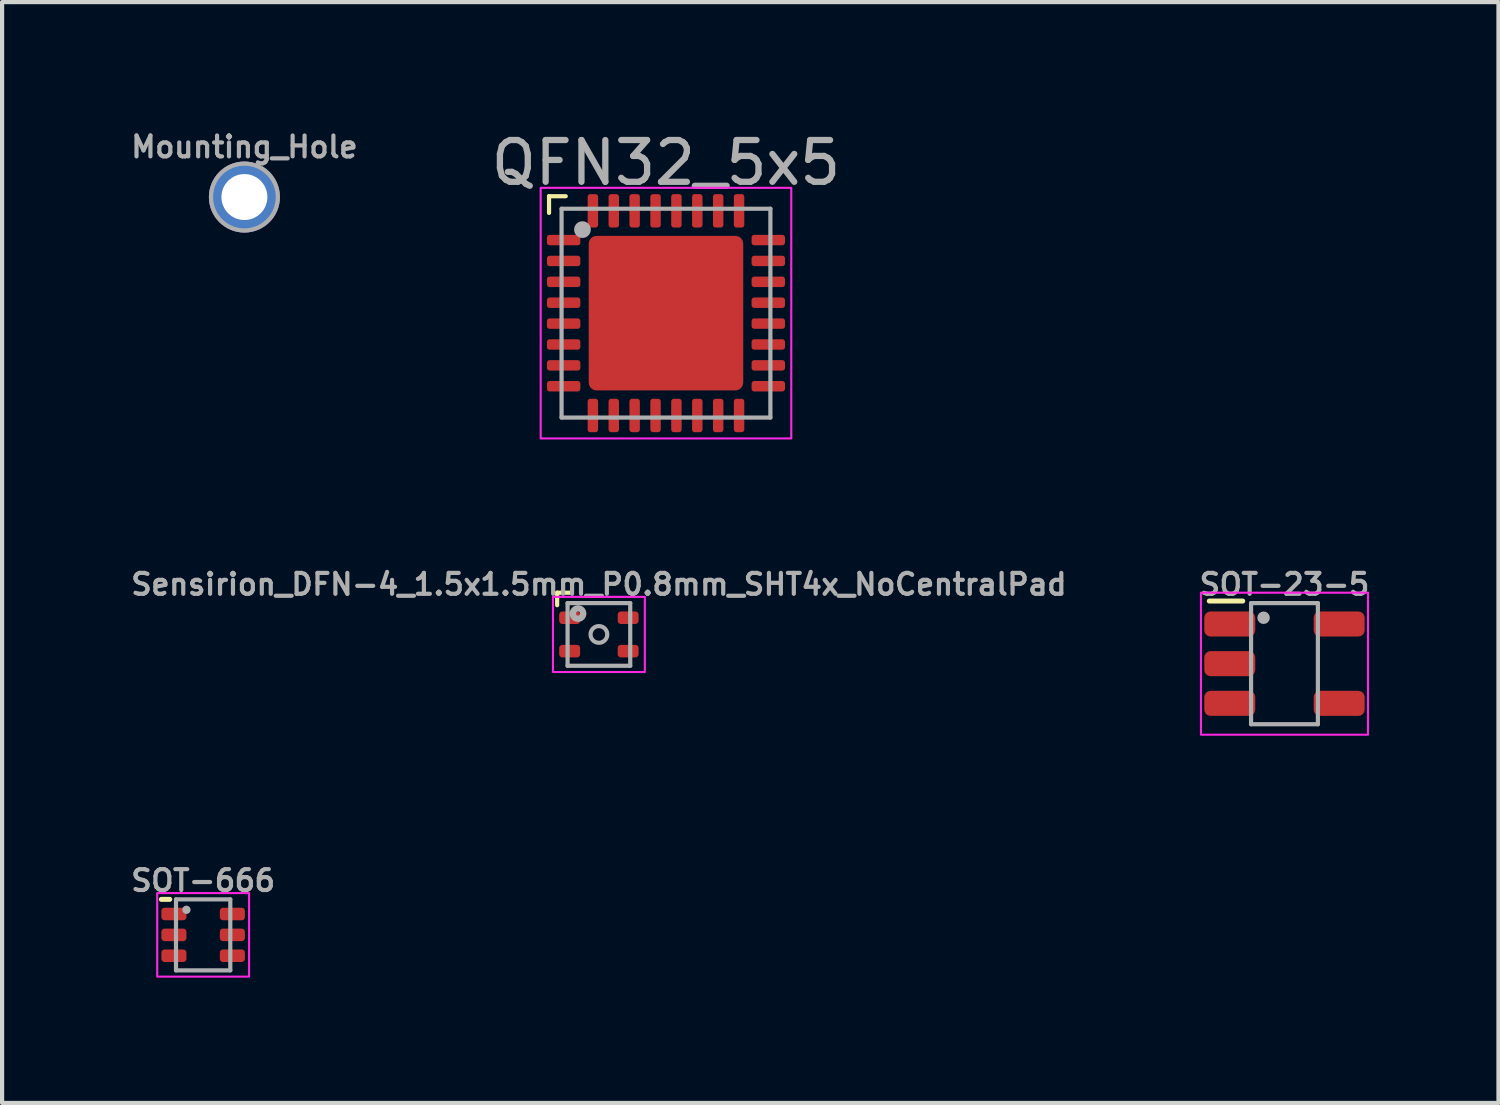
<source format=kicad_pcb>
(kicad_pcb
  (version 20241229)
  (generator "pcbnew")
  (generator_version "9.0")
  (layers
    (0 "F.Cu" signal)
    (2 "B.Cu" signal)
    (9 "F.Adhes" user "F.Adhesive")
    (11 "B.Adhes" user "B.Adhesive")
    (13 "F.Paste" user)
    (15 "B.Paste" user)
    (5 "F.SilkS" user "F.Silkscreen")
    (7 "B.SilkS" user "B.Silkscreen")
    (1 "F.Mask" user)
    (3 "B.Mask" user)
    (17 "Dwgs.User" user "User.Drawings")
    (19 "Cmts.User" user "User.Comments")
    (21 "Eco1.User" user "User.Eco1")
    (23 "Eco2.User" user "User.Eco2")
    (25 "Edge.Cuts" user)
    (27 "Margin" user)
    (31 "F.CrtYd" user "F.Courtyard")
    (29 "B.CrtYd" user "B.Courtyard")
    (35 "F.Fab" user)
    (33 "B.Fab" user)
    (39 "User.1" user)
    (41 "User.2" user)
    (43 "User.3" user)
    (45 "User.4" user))
  (footprint "QFN32_5x5"
    (layer "F.Cu")
    (at 12.896 4.448)
    (property "Reference" "QFN32_5x5" (at 0 -3.6 0) (layer "F.Fab") (effects (font (size 1 1) (thickness 0.15))))
    (attr smd)
    (fp_line (start -2.8 -2.8) (end -2.8 -2.4) (stroke (width 0.1) (type default)) (layer "F.SilkS"))
    (fp_line (start -2.4 -2.8) (end -2.8 -2.8) (stroke (width 0.1) (type default)) (layer "F.SilkS"))
    (fp_rect (start -3 -3) (end 3 3) (stroke (width 0.05) (type default)) (fill no) (layer "F.CrtYd"))
    (fp_line (start -2.5 -2.5) (end 2.5 -2.5) (stroke (width 0.1) (type solid)) (layer "F.Fab"))
    (fp_line (start -2.5 2.5) (end -2.5 -2.5) (stroke (width 0.1) (type solid)) (layer "F.Fab"))
    (fp_line (start 2.5 -2.5) (end 2.5 2.5) (stroke (width 0.1) (type solid)) (layer "F.Fab"))
    (fp_line (start 2.5 2.5) (end -2.5 2.5) (stroke (width 0.1) (type solid)) (layer "F.Fab"))
    (fp_circle (center -2 -2) (end -1.9 -2) (stroke (width 0.2) (type default)) (fill no) (layer "F.Fab"))
    (pad "" smd roundrect (at -0.925 -0.925) (size 1.49 1.49) (layers "F.Paste") (roundrect_rratio 0.168))
    (pad "" smd roundrect (at -0.925 0.925) (size 1.49 1.49) (layers "F.Paste") (roundrect_rratio 0.168))
    (pad "" smd roundrect (at 0.925 -0.925) (size 1.49 1.49) (layers "F.Paste") (roundrect_rratio 0.168))
    (pad "" smd roundrect (at 0.925 0.925) (size 1.49 1.49) (layers "F.Paste") (roundrect_rratio 0.168))
    (pad "1" smd roundrect (at -2.45 -1.75) (size 0.8 0.25) (layers "F.Cu" "F.Mask" "F.Paste") (roundrect_rratio 0.25))
    (pad "2" smd roundrect (at -2.45 -1.25) (size 0.8 0.25) (layers "F.Cu" "F.Mask" "F.Paste") (roundrect_rratio 0.25))
    (pad "3" smd roundrect (at -2.45 -0.75) (size 0.8 0.25) (layers "F.Cu" "F.Mask" "F.Paste") (roundrect_rratio 0.25))
    (pad "4" smd roundrect (at -2.45 -0.25) (size 0.8 0.25) (layers "F.Cu" "F.Mask" "F.Paste") (roundrect_rratio 0.25))
    (pad "5" smd roundrect (at -2.45 0.25) (size 0.8 0.25) (layers "F.Cu" "F.Mask" "F.Paste") (roundrect_rratio 0.25))
    (pad "6" smd roundrect (at -2.45 0.75) (size 0.8 0.25) (layers "F.Cu" "F.Mask" "F.Paste") (roundrect_rratio 0.25))
    (pad "7" smd roundrect (at -2.45 1.25) (size 0.8 0.25) (layers "F.Cu" "F.Mask" "F.Paste") (roundrect_rratio 0.25))
    (pad "8" smd roundrect (at -2.45 1.75) (size 0.8 0.25) (layers "F.Cu" "F.Mask" "F.Paste") (roundrect_rratio 0.25))
    (pad "9" smd roundrect (at -1.75 2.45) (size 0.25 0.8) (layers "F.Cu" "F.Mask" "F.Paste") (roundrect_rratio 0.25))
    (pad "10" smd roundrect (at -1.25 2.45) (size 0.25 0.8) (layers "F.Cu" "F.Mask" "F.Paste") (roundrect_rratio 0.25))
    (pad "11" smd roundrect (at -0.75 2.45) (size 0.25 0.8) (layers "F.Cu" "F.Mask" "F.Paste") (roundrect_rratio 0.25))
    (pad "12" smd roundrect (at -0.25 2.45) (size 0.25 0.8) (layers "F.Cu" "F.Mask" "F.Paste") (roundrect_rratio 0.25))
    (pad "13" smd roundrect (at 0.25 2.45) (size 0.25 0.8) (layers "F.Cu" "F.Mask" "F.Paste") (roundrect_rratio 0.25))
    (pad "14" smd roundrect (at 0.75 2.45) (size 0.25 0.8) (layers "F.Cu" "F.Mask" "F.Paste") (roundrect_rratio 0.25))
    (pad "15" smd roundrect (at 1.25 2.45) (size 0.25 0.8) (layers "F.Cu" "F.Mask" "F.Paste") (roundrect_rratio 0.25))
    (pad "16" smd roundrect (at 1.75 2.45) (size 0.25 0.8) (layers "F.Cu" "F.Mask" "F.Paste") (roundrect_rratio 0.25))
    (pad "17" smd roundrect (at 2.45 1.75) (size 0.8 0.25) (layers "F.Cu" "F.Mask" "F.Paste") (roundrect_rratio 0.25))
    (pad "18" smd roundrect (at 2.45 1.25) (size 0.8 0.25) (layers "F.Cu" "F.Mask" "F.Paste") (roundrect_rratio 0.25))
    (pad "19" smd roundrect (at 2.45 0.75) (size 0.8 0.25) (layers "F.Cu" "F.Mask" "F.Paste") (roundrect_rratio 0.25))
    (pad "20" smd roundrect (at 2.45 0.25) (size 0.8 0.25) (layers "F.Cu" "F.Mask" "F.Paste") (roundrect_rratio 0.25))
    (pad "21" smd roundrect (at 2.45 -0.25) (size 0.8 0.25) (layers "F.Cu" "F.Mask" "F.Paste") (roundrect_rratio 0.25))
    (pad "22" smd roundrect (at 2.45 -0.75) (size 0.8 0.25) (layers "F.Cu" "F.Mask" "F.Paste") (roundrect_rratio 0.25))
    (pad "23" smd roundrect (at 2.45 -1.25) (size 0.8 0.25) (layers "F.Cu" "F.Mask" "F.Paste") (roundrect_rratio 0.25))
    (pad "24" smd roundrect (at 2.45 -1.75) (size 0.8 0.25) (layers "F.Cu" "F.Mask" "F.Paste") (roundrect_rratio 0.25))
    (pad "25" smd roundrect (at 1.75 -2.45) (size 0.25 0.8) (layers "F.Cu" "F.Mask" "F.Paste") (roundrect_rratio 0.25))
    (pad "26" smd roundrect (at 1.25 -2.45) (size 0.25 0.8) (layers "F.Cu" "F.Mask" "F.Paste") (roundrect_rratio 0.25))
    (pad "27" smd roundrect (at 0.75 -2.45) (size 0.25 0.8) (layers "F.Cu" "F.Mask" "F.Paste") (roundrect_rratio 0.25))
    (pad "28" smd roundrect (at 0.25 -2.45) (size 0.25 0.8) (layers "F.Cu" "F.Mask" "F.Paste") (roundrect_rratio 0.25))
    (pad "29" smd roundrect (at -0.25 -2.45) (size 0.25 0.8) (layers "F.Cu" "F.Mask" "F.Paste") (roundrect_rratio 0.25))
    (pad "30" smd roundrect (at -0.75 -2.45) (size 0.25 0.8) (layers "F.Cu" "F.Mask" "F.Paste") (roundrect_rratio 0.25))
    (pad "31" smd roundrect (at -1.25 -2.45) (size 0.25 0.8) (layers "F.Cu" "F.Mask" "F.Paste") (roundrect_rratio 0.25))
    (pad "32" smd roundrect (at -1.75 -2.45) (size 0.25 0.8) (layers "F.Cu" "F.Mask" "F.Paste") (roundrect_rratio 0.25))
    (pad "33" smd roundrect (at 0 0) (size 3.7 3.7) (layers "F.Cu" "F.Mask") (roundrect_rratio 0.05)))
  (footprint "Mounting_Hole"
    (layer "F.Cu")
    (at 2.802 1.668)
    (property "Reference" "Mounting_Hole" (at 0 -1.2 0) (unlocked yes) (layer "F.Fab") (effects (font (size 0.5 0.5) (thickness 0.1))))
    (attr through_hole)
    (fp_circle (center 0 0) (end 0.8 0) (stroke (width 0.1) (type default)) (fill no) (layer "F.Fab"))
    (pad "" thru_hole circle (at 0 0 180) (size 1.7 1.7) (drill 1.1) (layers "*.Cu" "*.Mask")))
  (footprint "SOT-666"
    (layer "F.Cu")
    (at 1.814 19.334)
    (property "Reference" "SOT-666" (at 0 -1.3 0) (unlocked yes) (layer "F.Fab") (effects (font (size 0.5 0.5) (thickness 0.1))))
    (attr smd)
    (fp_line (start -1 -0.85) (end -0.8 -0.85) (stroke (width 0.12) (type solid)) (layer "F.SilkS"))
    (fp_rect (start -1.1 1) (end 1.1 -1) (stroke (width 0.05) (type solid)) (fill no) (layer "F.CrtYd"))
    (fp_line (start -0.65 -0.85) (end -0.65 0.85) (stroke (width 0.1) (type solid)) (layer "F.Fab"))
    (fp_line (start 0.65 -0.85) (end -0.65 -0.85) (stroke (width 0.1) (type solid)) (layer "F.Fab"))
    (fp_line (start 0.65 -0.85) (end 0.65 0.85) (stroke (width 0.1) (type solid)) (layer "F.Fab"))
    (fp_line (start 0.65 0.85) (end -0.65 0.85) (stroke (width 0.1) (type solid)) (layer "F.Fab"))
    (fp_circle (center -0.4 -0.6) (end -0.35 -0.6) (stroke (width 0.1) (type solid)) (fill no) (layer "F.Fab"))
    (pad "1" smd roundrect (at -0.7 -0.5) (size 0.6 0.3) (layers "F.Cu" "F.Mask" "F.Paste") (roundrect_rratio 0.25))
    (pad "2" smd roundrect (at -0.7 0) (size 0.6 0.3) (layers "F.Cu" "F.Mask" "F.Paste") (roundrect_rratio 0.25))
    (pad "3" smd roundrect (at -0.7 0.5) (size 0.6 0.3) (layers "F.Cu" "F.Mask" "F.Paste") (roundrect_rratio 0.25))
    (pad "4" smd roundrect (at 0.7 0.5) (size 0.6 0.3) (layers "F.Cu" "F.Mask" "F.Paste") (roundrect_rratio 0.25))
    (pad "5" smd roundrect (at 0.7 0) (size 0.6 0.3) (layers "F.Cu" "F.Mask" "F.Paste") (roundrect_rratio 0.25))
    (pad "6" smd roundrect (at 0.7 -0.5) (size 0.6 0.3) (layers "F.Cu" "F.Mask" "F.Paste") (roundrect_rratio 0.25)))
  (footprint "SOT-23-5"
    (layer "F.Cu")
    (at 27.705 12.841)
    (property "Reference" "SOT-23-5" (at 0 -1.9 0) (layer "F.Fab") (effects (font (size 0.5 0.5) (thickness 0.1))))
    (attr smd)
    (fp_line (start -1 -1.5) (end -1.8 -1.5) (stroke (width 0.12) (type solid)) (layer "F.SilkS"))
    (fp_rect (start -2 -1.7) (end 2 1.7) (stroke (width 0.05) (type solid)) (fill no) (layer "F.CrtYd"))
    (fp_line (start -0.8 -1.45) (end 0.8 -1.45) (stroke (width 0.1) (type solid)) (layer "F.Fab"))
    (fp_line (start -0.8 1.45) (end -0.8 -1.45) (stroke (width 0.1) (type solid)) (layer "F.Fab"))
    (fp_line (start 0.8 -1.45) (end 0.8 1.45) (stroke (width 0.1) (type solid)) (layer "F.Fab"))
    (fp_line (start 0.8 1.45) (end -0.8 1.45) (stroke (width 0.1) (type solid)) (layer "F.Fab"))
    (fp_circle (center -0.5 -1.1) (end -0.425 -1.1) (stroke (width 0.15) (type solid)) (fill no) (layer "F.Fab"))
    (pad "1" smd roundrect (at -1.31 -0.95) (size 1.22 0.6) (layers "F.Cu" "F.Mask" "F.Paste") (roundrect_rratio 0.25))
    (pad "2" smd roundrect (at -1.31 0) (size 1.22 0.6) (layers "F.Cu" "F.Mask" "F.Paste") (roundrect_rratio 0.25))
    (pad "3" smd roundrect (at -1.31 0.95) (size 1.22 0.6) (layers "F.Cu" "F.Mask" "F.Paste") (roundrect_rratio 0.25))
    (pad "4" smd roundrect (at 1.31 0.95) (size 1.22 0.6) (layers "F.Cu" "F.Mask" "F.Paste") (roundrect_rratio 0.25))
    (pad "5" smd roundrect (at 1.31 -0.95) (size 1.22 0.6) (layers "F.Cu" "F.Mask" "F.Paste") (roundrect_rratio 0.25)))
  (footprint "Sensirion_DFN-4_1.5x1.5mm_P0.8mm_SHT4x_NoCentralPad"
    (layer "F.Cu")
    (at 11.29 12.141)
    (property "Reference" "Sensirion_DFN-4_1.5x1.5mm_P0.8mm_SHT4x_NoCentralPad" (at 0 -1.2 0) (layer "F.Fab") (effects (font (size 0.5 0.5) (thickness 0.1))))
    (attr smd)
    (fp_line (start -1 -1) (end -1 -0.7) (stroke (width 0.1) (type default)) (layer "F.SilkS"))
    (fp_line (start -0.7 -1) (end -1 -1) (stroke (width 0.1) (type default)) (layer "F.SilkS"))
    (fp_rect (start -1.1 -0.9) (end 1.1 0.9) (stroke (width 0.05) (type default)) (fill no) (layer "F.CrtYd"))
    (fp_line (start -0.75 -0.75) (end 0.75 -0.75) (stroke (width 0.1) (type solid)) (layer "F.Fab"))
    (fp_line (start -0.75 0.75) (end -0.75 -0.75) (stroke (width 0.1) (type solid)) (layer "F.Fab"))
    (fp_line (start 0.75 -0.75) (end 0.75 0.75) (stroke (width 0.1) (type solid)) (layer "F.Fab"))
    (fp_line (start 0.75 0.75) (end -0.75 0.75) (stroke (width 0.1) (type solid)) (layer "F.Fab"))
    (fp_circle (center -0.5 -0.5) (end -0.45 -0.5) (stroke (width 0.15) (type default)) (fill no) (layer "F.Fab"))
    (fp_circle (center 0 0) (end 0.2 0) (stroke (width 0.1) (type default)) (fill no) (layer "F.Fab"))
    (pad "1" smd roundrect (at -0.7 -0.4) (size 0.5 0.3) (layers "F.Cu" "F.Mask" "F.Paste") (roundrect_rratio 0.25))
    (pad "2" smd roundrect (at -0.7 0.4) (size 0.5 0.3) (layers "F.Cu" "F.Mask" "F.Paste") (roundrect_rratio 0.25))
    (pad "3" smd roundrect (at 0.7 0.4) (size 0.5 0.3) (layers "F.Cu" "F.Mask" "F.Paste") (roundrect_rratio 0.25))
    (pad "4" smd roundrect (at 0.7 -0.4) (size 0.5 0.3) (layers "F.Cu" "F.Mask" "F.Paste") (roundrect_rratio 0.25)))
  (gr_rect
    (start -3 -3)
    (end 32.829 23.359)
    (stroke (width 0.1) (type default))
    (fill no)
    (layer "Edge.Cuts")))
</source>
